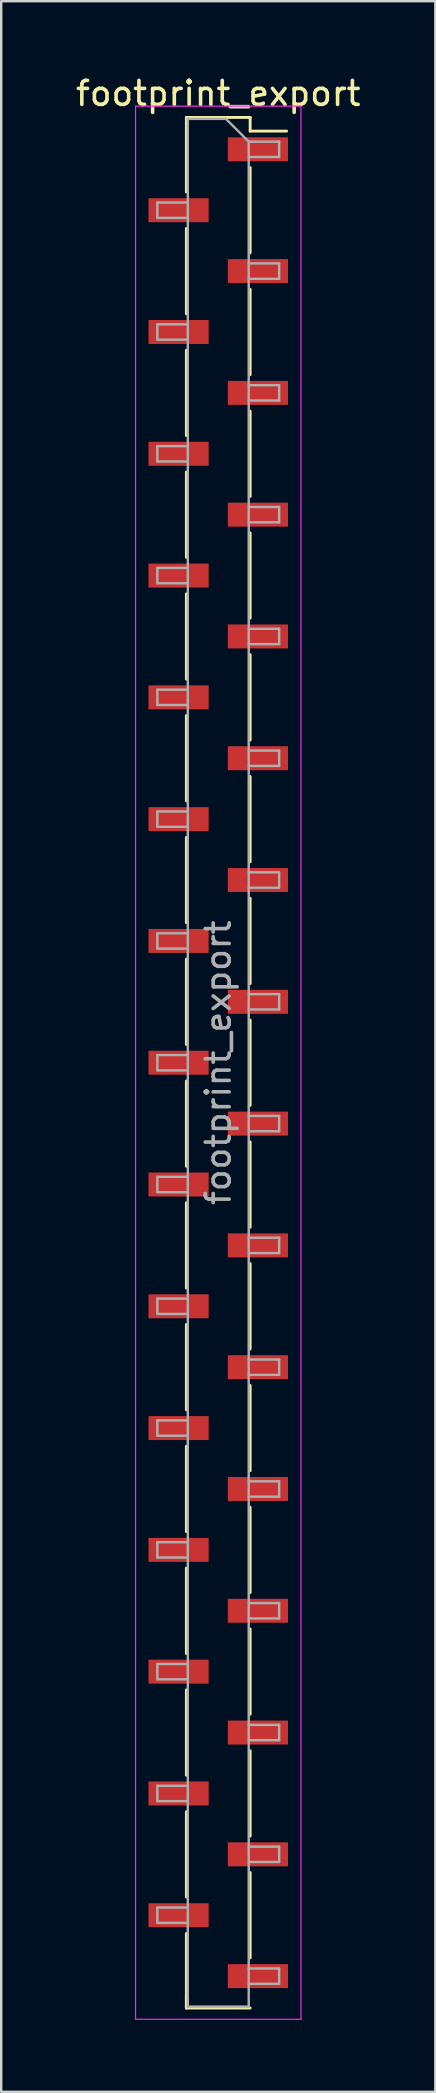
<source format=kicad_pcb>
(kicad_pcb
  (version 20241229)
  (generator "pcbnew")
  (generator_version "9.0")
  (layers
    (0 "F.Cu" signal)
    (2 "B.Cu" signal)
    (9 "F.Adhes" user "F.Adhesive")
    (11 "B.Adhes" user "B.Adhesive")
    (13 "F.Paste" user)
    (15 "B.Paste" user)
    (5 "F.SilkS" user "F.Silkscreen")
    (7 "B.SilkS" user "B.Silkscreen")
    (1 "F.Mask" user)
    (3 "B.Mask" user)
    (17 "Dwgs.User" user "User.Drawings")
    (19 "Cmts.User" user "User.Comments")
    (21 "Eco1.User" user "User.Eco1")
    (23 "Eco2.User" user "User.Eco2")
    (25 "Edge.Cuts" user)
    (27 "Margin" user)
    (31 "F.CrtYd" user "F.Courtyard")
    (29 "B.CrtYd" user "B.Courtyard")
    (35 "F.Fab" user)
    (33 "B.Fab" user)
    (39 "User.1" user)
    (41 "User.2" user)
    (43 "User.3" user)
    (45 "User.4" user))
  (footprint "footprint_export"
    (layer "F.Cu")
    (at 6.054 41.278)
    (property "Reference" "footprint_export" (at 0 -40.43 0) (layer "F.SilkS") (effects (font (size 1 1) (thickness 0.15))))
    (attr smd)
    (fp_line (start -1.33 -39.43) (end -1.33 -36.32) (stroke (width 0.12) (type solid)) (layer "F.SilkS"))
    (fp_line (start -1.33 -39.43) (end 1.33 -39.43) (stroke (width 0.12) (type solid)) (layer "F.SilkS"))
    (fp_line (start -1.33 -34.8) (end -1.33 -31.24) (stroke (width 0.12) (type solid)) (layer "F.SilkS"))
    (fp_line (start -1.33 -29.72) (end -1.33 -26.16) (stroke (width 0.12) (type solid)) (layer "F.SilkS"))
    (fp_line (start -1.33 -24.64) (end -1.33 -21.08) (stroke (width 0.12) (type solid)) (layer "F.SilkS"))
    (fp_line (start -1.33 -19.56) (end -1.33 -16) (stroke (width 0.12) (type solid)) (layer "F.SilkS"))
    (fp_line (start -1.33 -14.48) (end -1.33 -10.92) (stroke (width 0.12) (type solid)) (layer "F.SilkS"))
    (fp_line (start -1.33 -9.4) (end -1.33 -5.84) (stroke (width 0.12) (type solid)) (layer "F.SilkS"))
    (fp_line (start -1.33 -4.32) (end -1.33 -0.76) (stroke (width 0.12) (type solid)) (layer "F.SilkS"))
    (fp_line (start -1.33 0.76) (end -1.33 4.32) (stroke (width 0.12) (type solid)) (layer "F.SilkS"))
    (fp_line (start -1.33 5.84) (end -1.33 9.4) (stroke (width 0.12) (type solid)) (layer "F.SilkS"))
    (fp_line (start -1.33 10.92) (end -1.33 14.48) (stroke (width 0.12) (type solid)) (layer "F.SilkS"))
    (fp_line (start -1.33 16) (end -1.33 19.56) (stroke (width 0.12) (type solid)) (layer "F.SilkS"))
    (fp_line (start -1.33 21.08) (end -1.33 24.64) (stroke (width 0.12) (type solid)) (layer "F.SilkS"))
    (fp_line (start -1.33 26.16) (end -1.33 29.72) (stroke (width 0.12) (type solid)) (layer "F.SilkS"))
    (fp_line (start -1.33 31.24) (end -1.33 34.8) (stroke (width 0.12) (type solid)) (layer "F.SilkS"))
    (fp_line (start -1.33 36.32) (end -1.33 39.43) (stroke (width 0.12) (type solid)) (layer "F.SilkS"))
    (fp_line (start -1.33 38.86) (end -1.33 39.43) (stroke (width 0.12) (type solid)) (layer "F.SilkS"))
    (fp_line (start -1.33 39.43) (end 1.33 39.43) (stroke (width 0.12) (type solid)) (layer "F.SilkS"))
    (fp_line (start 1.33 -39.43) (end 1.33 -38.86) (stroke (width 0.12) (type solid)) (layer "F.SilkS"))
    (fp_line (start 1.33 -38.86) (end 2.85 -38.86) (stroke (width 0.12) (type solid)) (layer "F.SilkS"))
    (fp_line (start 1.33 -37.34) (end 1.33 -33.78) (stroke (width 0.12) (type solid)) (layer "F.SilkS"))
    (fp_line (start 1.33 -32.26) (end 1.33 -28.7) (stroke (width 0.12) (type solid)) (layer "F.SilkS"))
    (fp_line (start 1.33 -27.18) (end 1.33 -23.62) (stroke (width 0.12) (type solid)) (layer "F.SilkS"))
    (fp_line (start 1.33 -22.1) (end 1.33 -18.54) (stroke (width 0.12) (type solid)) (layer "F.SilkS"))
    (fp_line (start 1.33 -17.02) (end 1.33 -13.46) (stroke (width 0.12) (type solid)) (layer "F.SilkS"))
    (fp_line (start 1.33 -11.94) (end 1.33 -8.38) (stroke (width 0.12) (type solid)) (layer "F.SilkS"))
    (fp_line (start 1.33 -6.86) (end 1.33 -3.3) (stroke (width 0.12) (type solid)) (layer "F.SilkS"))
    (fp_line (start 1.33 -1.78) (end 1.33 1.78) (stroke (width 0.12) (type solid)) (layer "F.SilkS"))
    (fp_line (start 1.33 3.3) (end 1.33 6.86) (stroke (width 0.12) (type solid)) (layer "F.SilkS"))
    (fp_line (start 1.33 8.38) (end 1.33 11.94) (stroke (width 0.12) (type solid)) (layer "F.SilkS"))
    (fp_line (start 1.33 13.46) (end 1.33 17.02) (stroke (width 0.12) (type solid)) (layer "F.SilkS"))
    (fp_line (start 1.33 18.54) (end 1.33 22.1) (stroke (width 0.12) (type solid)) (layer "F.SilkS"))
    (fp_line (start 1.33 23.62) (end 1.33 27.18) (stroke (width 0.12) (type solid)) (layer "F.SilkS"))
    (fp_line (start 1.33 28.7) (end 1.33 32.26) (stroke (width 0.12) (type solid)) (layer "F.SilkS"))
    (fp_line (start 1.33 33.78) (end 1.33 37.34) (stroke (width 0.12) (type solid)) (layer "F.SilkS"))
    (fp_line (start -3.45 -39.9) (end -3.45 39.9) (stroke (width 0.05) (type solid)) (layer "F.CrtYd"))
    (fp_line (start -3.45 39.9) (end 3.45 39.9) (stroke (width 0.05) (type solid)) (layer "F.CrtYd"))
    (fp_line (start 3.45 -39.9) (end -3.45 -39.9) (stroke (width 0.05) (type solid)) (layer "F.CrtYd"))
    (fp_line (start 3.45 39.9) (end 3.45 -39.9) (stroke (width 0.05) (type solid)) (layer "F.CrtYd"))
    (fp_line (start -2.54 -35.88) (end -2.54 -35.24) (stroke (width 0.1) (type solid)) (layer "F.Fab"))
    (fp_line (start -2.54 -35.24) (end -1.27 -35.24) (stroke (width 0.1) (type solid)) (layer "F.Fab"))
    (fp_line (start -2.54 -30.8) (end -2.54 -30.16) (stroke (width 0.1) (type solid)) (layer "F.Fab"))
    (fp_line (start -2.54 -30.16) (end -1.27 -30.16) (stroke (width 0.1) (type solid)) (layer "F.Fab"))
    (fp_line (start -2.54 -25.72) (end -2.54 -25.08) (stroke (width 0.1) (type solid)) (layer "F.Fab"))
    (fp_line (start -2.54 -25.08) (end -1.27 -25.08) (stroke (width 0.1) (type solid)) (layer "F.Fab"))
    (fp_line (start -2.54 -20.64) (end -2.54 -20) (stroke (width 0.1) (type solid)) (layer "F.Fab"))
    (fp_line (start -2.54 -20) (end -1.27 -20) (stroke (width 0.1) (type solid)) (layer "F.Fab"))
    (fp_line (start -2.54 -15.56) (end -2.54 -14.92) (stroke (width 0.1) (type solid)) (layer "F.Fab"))
    (fp_line (start -2.54 -14.92) (end -1.27 -14.92) (stroke (width 0.1) (type solid)) (layer "F.Fab"))
    (fp_line (start -2.54 -10.48) (end -2.54 -9.84) (stroke (width 0.1) (type solid)) (layer "F.Fab"))
    (fp_line (start -2.54 -9.84) (end -1.27 -9.84) (stroke (width 0.1) (type solid)) (layer "F.Fab"))
    (fp_line (start -2.54 -5.4) (end -2.54 -4.76) (stroke (width 0.1) (type solid)) (layer "F.Fab"))
    (fp_line (start -2.54 -4.76) (end -1.27 -4.76) (stroke (width 0.1) (type solid)) (layer "F.Fab"))
    (fp_line (start -2.54 -0.32) (end -2.54 0.32) (stroke (width 0.1) (type solid)) (layer "F.Fab"))
    (fp_line (start -2.54 0.32) (end -1.27 0.32) (stroke (width 0.1) (type solid)) (layer "F.Fab"))
    (fp_line (start -2.54 4.76) (end -2.54 5.4) (stroke (width 0.1) (type solid)) (layer "F.Fab"))
    (fp_line (start -2.54 5.4) (end -1.27 5.4) (stroke (width 0.1) (type solid)) (layer "F.Fab"))
    (fp_line (start -2.54 9.84) (end -2.54 10.48) (stroke (width 0.1) (type solid)) (layer "F.Fab"))
    (fp_line (start -2.54 10.48) (end -1.27 10.48) (stroke (width 0.1) (type solid)) (layer "F.Fab"))
    (fp_line (start -2.54 14.92) (end -2.54 15.56) (stroke (width 0.1) (type solid)) (layer "F.Fab"))
    (fp_line (start -2.54 15.56) (end -1.27 15.56) (stroke (width 0.1) (type solid)) (layer "F.Fab"))
    (fp_line (start -2.54 20) (end -2.54 20.64) (stroke (width 0.1) (type solid)) (layer "F.Fab"))
    (fp_line (start -2.54 20.64) (end -1.27 20.64) (stroke (width 0.1) (type solid)) (layer "F.Fab"))
    (fp_line (start -2.54 25.08) (end -2.54 25.72) (stroke (width 0.1) (type solid)) (layer "F.Fab"))
    (fp_line (start -2.54 25.72) (end -1.27 25.72) (stroke (width 0.1) (type solid)) (layer "F.Fab"))
    (fp_line (start -2.54 30.16) (end -2.54 30.8) (stroke (width 0.1) (type solid)) (layer "F.Fab"))
    (fp_line (start -2.54 30.8) (end -1.27 30.8) (stroke (width 0.1) (type solid)) (layer "F.Fab"))
    (fp_line (start -2.54 35.24) (end -2.54 35.88) (stroke (width 0.1) (type solid)) (layer "F.Fab"))
    (fp_line (start -2.54 35.88) (end -1.27 35.88) (stroke (width 0.1) (type solid)) (layer "F.Fab"))
    (fp_line (start -1.27 -39.37) (end -1.27 39.37) (stroke (width 0.1) (type solid)) (layer "F.Fab"))
    (fp_line (start -1.27 -39.37) (end 0.32 -39.37) (stroke (width 0.1) (type solid)) (layer "F.Fab"))
    (fp_line (start -1.27 -35.88) (end -2.54 -35.88) (stroke (width 0.1) (type solid)) (layer "F.Fab"))
    (fp_line (start -1.27 -30.8) (end -2.54 -30.8) (stroke (width 0.1) (type solid)) (layer "F.Fab"))
    (fp_line (start -1.27 -25.72) (end -2.54 -25.72) (stroke (width 0.1) (type solid)) (layer "F.Fab"))
    (fp_line (start -1.27 -20.64) (end -2.54 -20.64) (stroke (width 0.1) (type solid)) (layer "F.Fab"))
    (fp_line (start -1.27 -15.56) (end -2.54 -15.56) (stroke (width 0.1) (type solid)) (layer "F.Fab"))
    (fp_line (start -1.27 -10.48) (end -2.54 -10.48) (stroke (width 0.1) (type solid)) (layer "F.Fab"))
    (fp_line (start -1.27 -5.4) (end -2.54 -5.4) (stroke (width 0.1) (type solid)) (layer "F.Fab"))
    (fp_line (start -1.27 -0.32) (end -2.54 -0.32) (stroke (width 0.1) (type solid)) (layer "F.Fab"))
    (fp_line (start -1.27 4.76) (end -2.54 4.76) (stroke (width 0.1) (type solid)) (layer "F.Fab"))
    (fp_line (start -1.27 9.84) (end -2.54 9.84) (stroke (width 0.1) (type solid)) (layer "F.Fab"))
    (fp_line (start -1.27 14.92) (end -2.54 14.92) (stroke (width 0.1) (type solid)) (layer "F.Fab"))
    (fp_line (start -1.27 20) (end -2.54 20) (stroke (width 0.1) (type solid)) (layer "F.Fab"))
    (fp_line (start -1.27 25.08) (end -2.54 25.08) (stroke (width 0.1) (type solid)) (layer "F.Fab"))
    (fp_line (start -1.27 30.16) (end -2.54 30.16) (stroke (width 0.1) (type solid)) (layer "F.Fab"))
    (fp_line (start -1.27 35.24) (end -2.54 35.24) (stroke (width 0.1) (type solid)) (layer "F.Fab"))
    (fp_line (start 1.27 -38.42) (end 0.32 -39.37) (stroke (width 0.1) (type solid)) (layer "F.Fab"))
    (fp_line (start 1.27 -38.42) (end 2.54 -38.42) (stroke (width 0.1) (type solid)) (layer "F.Fab"))
    (fp_line (start 1.27 -33.34) (end 2.54 -33.34) (stroke (width 0.1) (type solid)) (layer "F.Fab"))
    (fp_line (start 1.27 -28.26) (end 2.54 -28.26) (stroke (width 0.1) (type solid)) (layer "F.Fab"))
    (fp_line (start 1.27 -23.18) (end 2.54 -23.18) (stroke (width 0.1) (type solid)) (layer "F.Fab"))
    (fp_line (start 1.27 -18.1) (end 2.54 -18.1) (stroke (width 0.1) (type solid)) (layer "F.Fab"))
    (fp_line (start 1.27 -13.02) (end 2.54 -13.02) (stroke (width 0.1) (type solid)) (layer "F.Fab"))
    (fp_line (start 1.27 -7.94) (end 2.54 -7.94) (stroke (width 0.1) (type solid)) (layer "F.Fab"))
    (fp_line (start 1.27 -2.86) (end 2.54 -2.86) (stroke (width 0.1) (type solid)) (layer "F.Fab"))
    (fp_line (start 1.27 2.22) (end 2.54 2.22) (stroke (width 0.1) (type solid)) (layer "F.Fab"))
    (fp_line (start 1.27 7.3) (end 2.54 7.3) (stroke (width 0.1) (type solid)) (layer "F.Fab"))
    (fp_line (start 1.27 12.38) (end 2.54 12.38) (stroke (width 0.1) (type solid)) (layer "F.Fab"))
    (fp_line (start 1.27 17.46) (end 2.54 17.46) (stroke (width 0.1) (type solid)) (layer "F.Fab"))
    (fp_line (start 1.27 22.54) (end 2.54 22.54) (stroke (width 0.1) (type solid)) (layer "F.Fab"))
    (fp_line (start 1.27 27.62) (end 2.54 27.62) (stroke (width 0.1) (type solid)) (layer "F.Fab"))
    (fp_line (start 1.27 32.7) (end 2.54 32.7) (stroke (width 0.1) (type solid)) (layer "F.Fab"))
    (fp_line (start 1.27 37.78) (end 2.54 37.78) (stroke (width 0.1) (type solid)) (layer "F.Fab"))
    (fp_line (start 1.27 39.37) (end -1.27 39.37) (stroke (width 0.1) (type solid)) (layer "F.Fab"))
    (fp_line (start 1.27 39.37) (end 1.27 -38.42) (stroke (width 0.1) (type solid)) (layer "F.Fab"))
    (fp_line (start 2.54 -38.42) (end 2.54 -37.78) (stroke (width 0.1) (type solid)) (layer "F.Fab"))
    (fp_line (start 2.54 -37.78) (end 1.27 -37.78) (stroke (width 0.1) (type solid)) (layer "F.Fab"))
    (fp_line (start 2.54 -33.34) (end 2.54 -32.7) (stroke (width 0.1) (type solid)) (layer "F.Fab"))
    (fp_line (start 2.54 -32.7) (end 1.27 -32.7) (stroke (width 0.1) (type solid)) (layer "F.Fab"))
    (fp_line (start 2.54 -28.26) (end 2.54 -27.62) (stroke (width 0.1) (type solid)) (layer "F.Fab"))
    (fp_line (start 2.54 -27.62) (end 1.27 -27.62) (stroke (width 0.1) (type solid)) (layer "F.Fab"))
    (fp_line (start 2.54 -23.18) (end 2.54 -22.54) (stroke (width 0.1) (type solid)) (layer "F.Fab"))
    (fp_line (start 2.54 -22.54) (end 1.27 -22.54) (stroke (width 0.1) (type solid)) (layer "F.Fab"))
    (fp_line (start 2.54 -18.1) (end 2.54 -17.46) (stroke (width 0.1) (type solid)) (layer "F.Fab"))
    (fp_line (start 2.54 -17.46) (end 1.27 -17.46) (stroke (width 0.1) (type solid)) (layer "F.Fab"))
    (fp_line (start 2.54 -13.02) (end 2.54 -12.38) (stroke (width 0.1) (type solid)) (layer "F.Fab"))
    (fp_line (start 2.54 -12.38) (end 1.27 -12.38) (stroke (width 0.1) (type solid)) (layer "F.Fab"))
    (fp_line (start 2.54 -7.94) (end 2.54 -7.3) (stroke (width 0.1) (type solid)) (layer "F.Fab"))
    (fp_line (start 2.54 -7.3) (end 1.27 -7.3) (stroke (width 0.1) (type solid)) (layer "F.Fab"))
    (fp_line (start 2.54 -2.86) (end 2.54 -2.22) (stroke (width 0.1) (type solid)) (layer "F.Fab"))
    (fp_line (start 2.54 -2.22) (end 1.27 -2.22) (stroke (width 0.1) (type solid)) (layer "F.Fab"))
    (fp_line (start 2.54 2.22) (end 2.54 2.86) (stroke (width 0.1) (type solid)) (layer "F.Fab"))
    (fp_line (start 2.54 2.86) (end 1.27 2.86) (stroke (width 0.1) (type solid)) (layer "F.Fab"))
    (fp_line (start 2.54 7.3) (end 2.54 7.94) (stroke (width 0.1) (type solid)) (layer "F.Fab"))
    (fp_line (start 2.54 7.94) (end 1.27 7.94) (stroke (width 0.1) (type solid)) (layer "F.Fab"))
    (fp_line (start 2.54 12.38) (end 2.54 13.02) (stroke (width 0.1) (type solid)) (layer "F.Fab"))
    (fp_line (start 2.54 13.02) (end 1.27 13.02) (stroke (width 0.1) (type solid)) (layer "F.Fab"))
    (fp_line (start 2.54 17.46) (end 2.54 18.1) (stroke (width 0.1) (type solid)) (layer "F.Fab"))
    (fp_line (start 2.54 18.1) (end 1.27 18.1) (stroke (width 0.1) (type solid)) (layer "F.Fab"))
    (fp_line (start 2.54 22.54) (end 2.54 23.18) (stroke (width 0.1) (type solid)) (layer "F.Fab"))
    (fp_line (start 2.54 23.18) (end 1.27 23.18) (stroke (width 0.1) (type solid)) (layer "F.Fab"))
    (fp_line (start 2.54 27.62) (end 2.54 28.26) (stroke (width 0.1) (type solid)) (layer "F.Fab"))
    (fp_line (start 2.54 28.26) (end 1.27 28.26) (stroke (width 0.1) (type solid)) (layer "F.Fab"))
    (fp_line (start 2.54 32.7) (end 2.54 33.34) (stroke (width 0.1) (type solid)) (layer "F.Fab"))
    (fp_line (start 2.54 33.34) (end 1.27 33.34) (stroke (width 0.1) (type solid)) (layer "F.Fab"))
    (fp_line (start 2.54 37.78) (end 2.54 38.42) (stroke (width 0.1) (type solid)) (layer "F.Fab"))
    (fp_line (start 2.54 38.42) (end 1.27 38.42) (stroke (width 0.1) (type solid)) (layer "F.Fab"))
    (fp_text user "${REFERENCE}" (at 0 0 90) (layer "F.Fab") (effects (font (size 1 1) (thickness 0.15))))
    (pad "1" smd rect (at 1.655 -38.1) (size 2.51 1) (layers "F.Cu" "F.Mask" "F.Paste"))
    (pad "2" smd rect (at -1.655 -35.56) (size 2.51 1) (layers "F.Cu" "F.Mask" "F.Paste"))
    (pad "3" smd rect (at 1.655 -33.02) (size 2.51 1) (layers "F.Cu" "F.Mask" "F.Paste"))
    (pad "4" smd rect (at -1.655 -30.48) (size 2.51 1) (layers "F.Cu" "F.Mask" "F.Paste"))
    (pad "5" smd rect (at 1.655 -27.94) (size 2.51 1) (layers "F.Cu" "F.Mask" "F.Paste"))
    (pad "6" smd rect (at -1.655 -25.4) (size 2.51 1) (layers "F.Cu" "F.Mask" "F.Paste"))
    (pad "7" smd rect (at 1.655 -22.86) (size 2.51 1) (layers "F.Cu" "F.Mask" "F.Paste"))
    (pad "8" smd rect (at -1.655 -20.32) (size 2.51 1) (layers "F.Cu" "F.Mask" "F.Paste"))
    (pad "9" smd rect (at 1.655 -17.78) (size 2.51 1) (layers "F.Cu" "F.Mask" "F.Paste"))
    (pad "10" smd rect (at -1.655 -15.24) (size 2.51 1) (layers "F.Cu" "F.Mask" "F.Paste"))
    (pad "11" smd rect (at 1.655 -12.7) (size 2.51 1) (layers "F.Cu" "F.Mask" "F.Paste"))
    (pad "12" smd rect (at -1.655 -10.16) (size 2.51 1) (layers "F.Cu" "F.Mask" "F.Paste"))
    (pad "13" smd rect (at 1.655 -7.62) (size 2.51 1) (layers "F.Cu" "F.Mask" "F.Paste"))
    (pad "14" smd rect (at -1.655 -5.08) (size 2.51 1) (layers "F.Cu" "F.Mask" "F.Paste"))
    (pad "15" smd rect (at 1.655 -2.54) (size 2.51 1) (layers "F.Cu" "F.Mask" "F.Paste"))
    (pad "16" smd rect (at -1.655 0) (size 2.51 1) (layers "F.Cu" "F.Mask" "F.Paste"))
    (pad "17" smd rect (at 1.655 2.54) (size 2.51 1) (layers "F.Cu" "F.Mask" "F.Paste"))
    (pad "18" smd rect (at -1.655 5.08) (size 2.51 1) (layers "F.Cu" "F.Mask" "F.Paste"))
    (pad "19" smd rect (at 1.655 7.62) (size 2.51 1) (layers "F.Cu" "F.Mask" "F.Paste"))
    (pad "20" smd rect (at -1.655 10.16) (size 2.51 1) (layers "F.Cu" "F.Mask" "F.Paste"))
    (pad "21" smd rect (at 1.655 12.7) (size 2.51 1) (layers "F.Cu" "F.Mask" "F.Paste"))
    (pad "22" smd rect (at -1.655 15.24) (size 2.51 1) (layers "F.Cu" "F.Mask" "F.Paste"))
    (pad "23" smd rect (at 1.655 17.78) (size 2.51 1) (layers "F.Cu" "F.Mask" "F.Paste"))
    (pad "24" smd rect (at -1.655 20.32) (size 2.51 1) (layers "F.Cu" "F.Mask" "F.Paste"))
    (pad "25" smd rect (at 1.655 22.86) (size 2.51 1) (layers "F.Cu" "F.Mask" "F.Paste"))
    (pad "26" smd rect (at -1.655 25.4) (size 2.51 1) (layers "F.Cu" "F.Mask" "F.Paste"))
    (pad "27" smd rect (at 1.655 27.94) (size 2.51 1) (layers "F.Cu" "F.Mask" "F.Paste"))
    (pad "28" smd rect (at -1.655 30.48) (size 2.51 1) (layers "F.Cu" "F.Mask" "F.Paste"))
    (pad "29" smd rect (at 1.655 33.02) (size 2.51 1) (layers "F.Cu" "F.Mask" "F.Paste"))
    (pad "30" smd rect (at -1.655 35.56) (size 2.51 1) (layers "F.Cu" "F.Mask" "F.Paste"))
    (pad "31" smd rect (at 1.655 38.1) (size 2.51 1) (layers "F.Cu" "F.Mask" "F.Paste")))
  (gr_rect
    (start -3 -3)
    (end 15.107 84.203)
    (stroke (width 0.1) (type default))
    (fill no)
    (layer "Edge.Cuts")))
</source>
